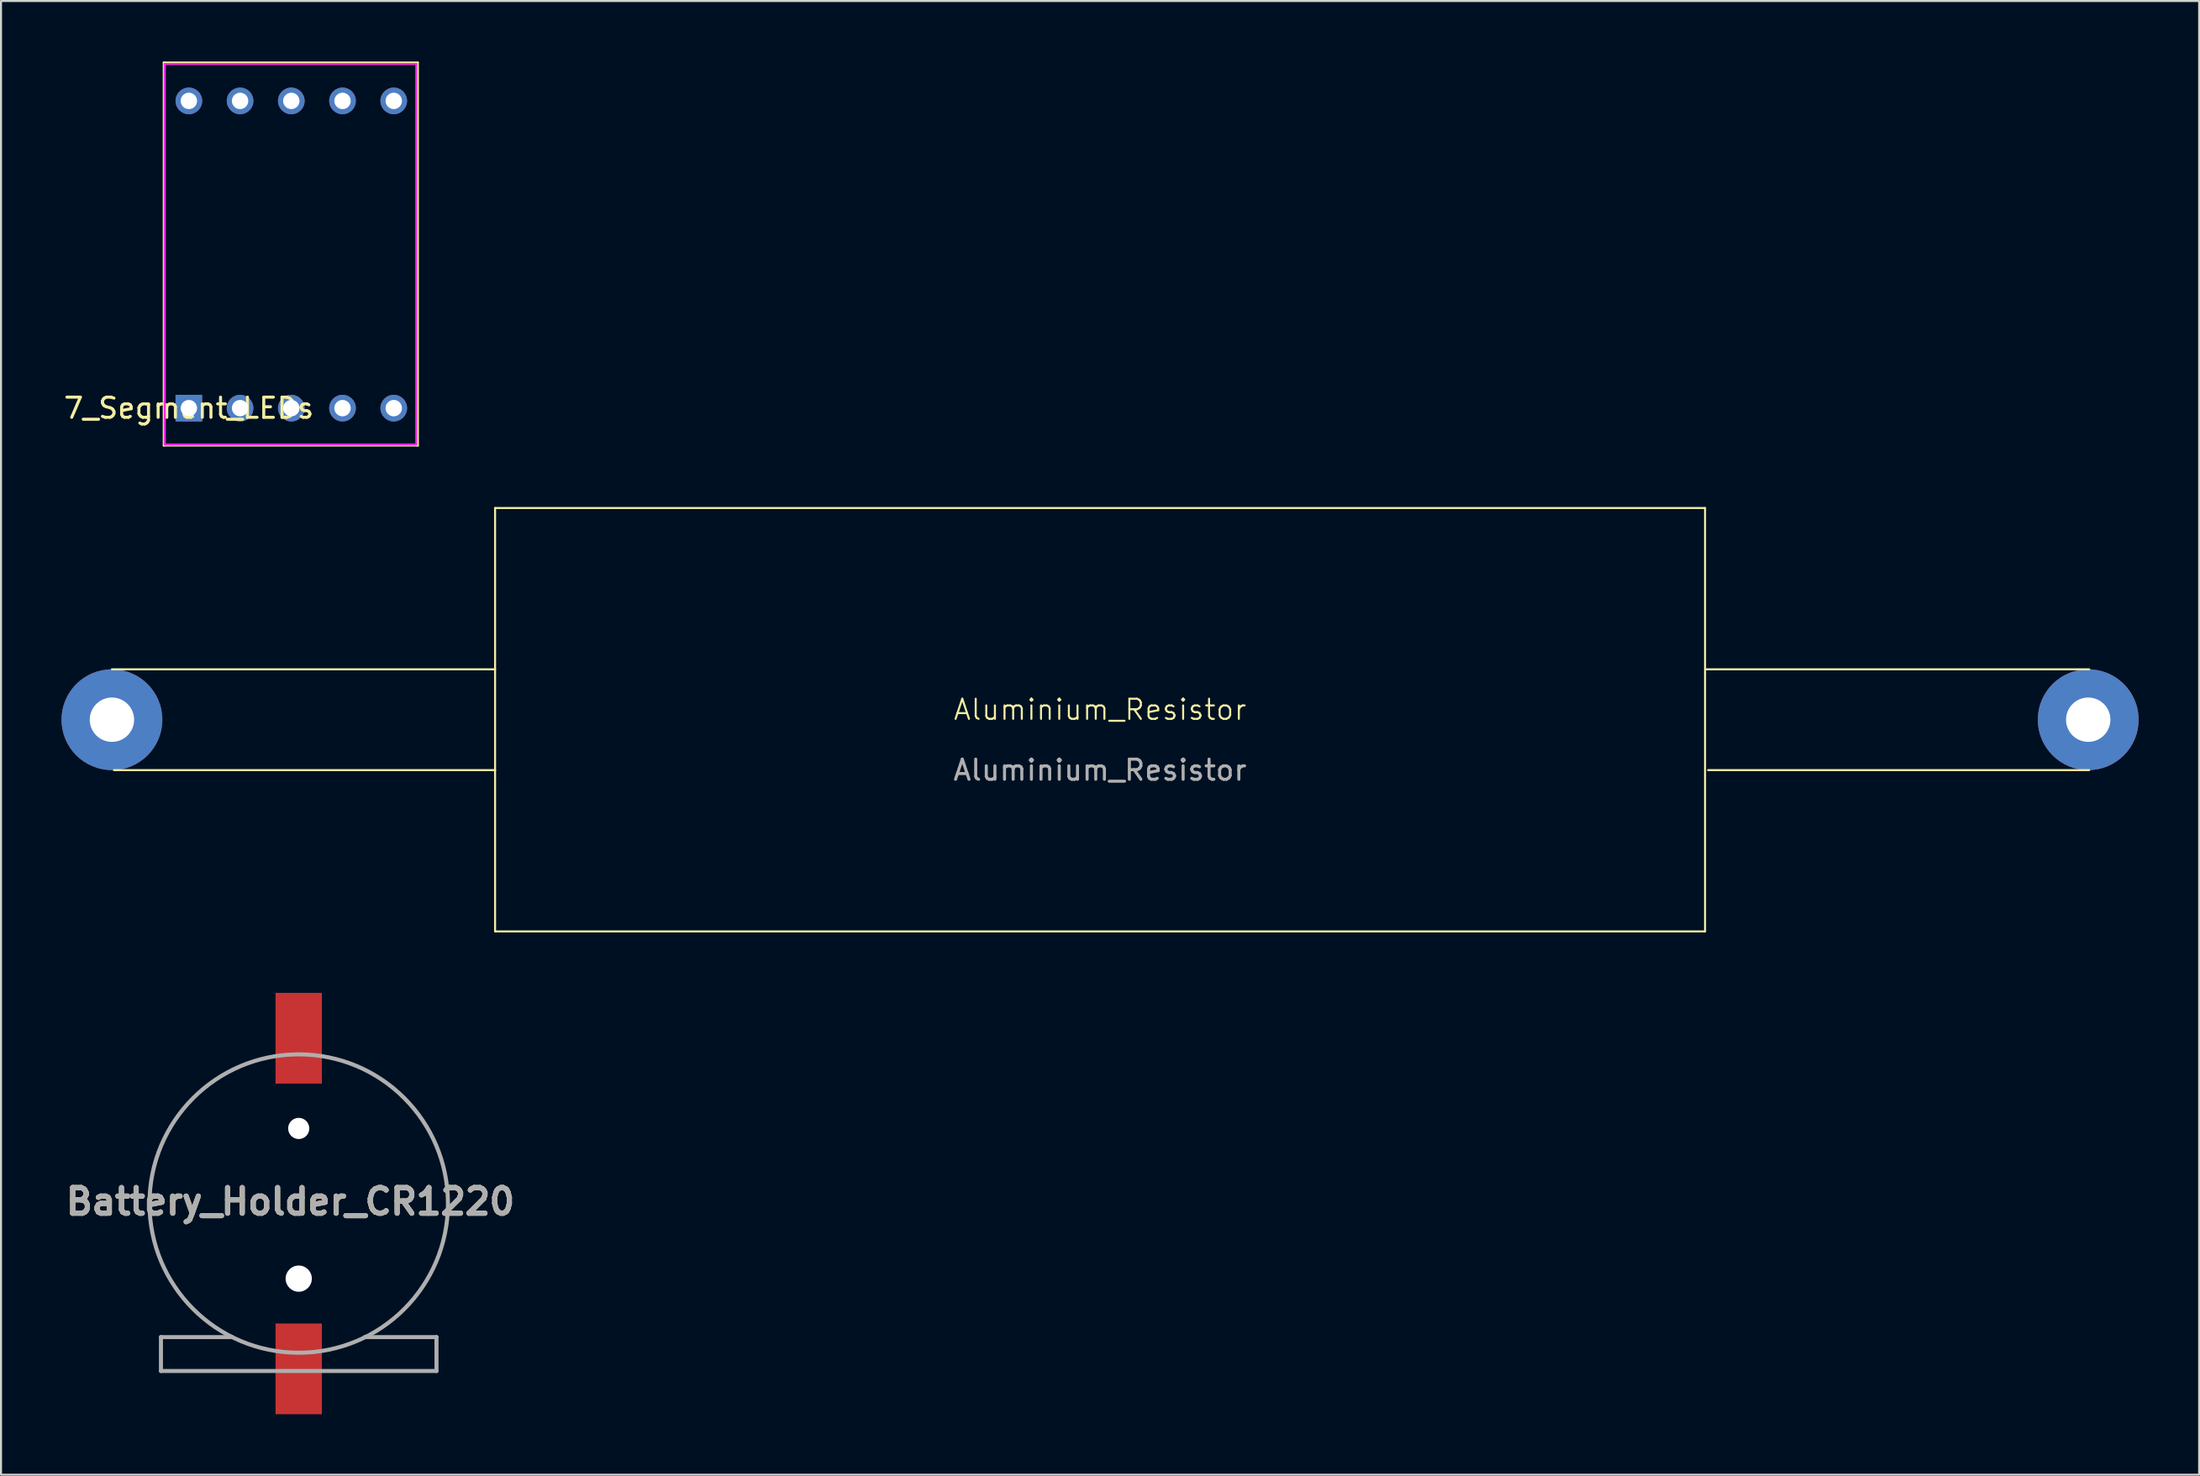
<source format=kicad_pcb>
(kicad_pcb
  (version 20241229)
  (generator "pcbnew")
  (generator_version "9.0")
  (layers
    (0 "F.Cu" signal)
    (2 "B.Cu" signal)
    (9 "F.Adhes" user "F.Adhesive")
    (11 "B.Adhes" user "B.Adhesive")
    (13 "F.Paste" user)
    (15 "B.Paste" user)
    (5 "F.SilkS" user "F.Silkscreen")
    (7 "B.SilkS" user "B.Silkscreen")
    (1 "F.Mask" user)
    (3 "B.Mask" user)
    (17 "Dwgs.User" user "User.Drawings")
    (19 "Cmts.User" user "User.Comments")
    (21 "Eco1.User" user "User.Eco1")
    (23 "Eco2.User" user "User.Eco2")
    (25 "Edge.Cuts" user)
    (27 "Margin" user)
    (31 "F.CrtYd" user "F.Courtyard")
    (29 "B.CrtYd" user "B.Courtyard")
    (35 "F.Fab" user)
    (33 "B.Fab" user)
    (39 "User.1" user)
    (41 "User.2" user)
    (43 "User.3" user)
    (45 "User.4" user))
  (footprint "Aluminium_Resistor"
    (layer "F.Cu")
    (at 51.5 32.65)
    (property "Reference" "Aluminium_Resistor" (at 0 -0.5 0) (unlocked yes) (layer "F.SilkS") (effects (font (size 1 1) (thickness 0.1))))
    (attr through_hole)
    (fp_line (start -49 -2.5) (end -30 -2.5) (stroke (width 0.1) (type default)) (layer "F.SilkS"))
    (fp_line (start -48.9 2.5) (end -30 2.5) (stroke (width 0.1) (type default)) (layer "F.SilkS"))
    (fp_line (start -30 -10.5) (end -30 10.5) (stroke (width 0.1) (type default)) (layer "F.SilkS"))
    (fp_line (start 30 -10.5) (end -30 -10.5) (stroke (width 0.1) (type default)) (layer "F.SilkS"))
    (fp_line (start 30 -10.5) (end 30 10.5) (stroke (width 0.1) (type default)) (layer "F.SilkS"))
    (fp_line (start 30 10.5) (end -30 10.5) (stroke (width 0.1) (type default)) (layer "F.SilkS"))
    (fp_line (start 30.05 -2.5) (end 49.05 -2.5) (stroke (width 0.1) (type default)) (layer "F.SilkS"))
    (fp_line (start 30.15 2.5) (end 49.05 2.5) (stroke (width 0.1) (type default)) (layer "F.SilkS"))
    (fp_text user "${REFERENCE}" (at 0 2.5 0) (unlocked yes) (layer "F.Fab") (effects (font (size 1 1) (thickness 0.15))))
    (pad "1" thru_hole circle (at -49 0) (size 5 5) (drill 2.2) (layers "*.Cu" "*.Mask"))
    (pad "2" thru_hole circle (at 49 0) (size 5 5) (drill 2.2) (layers "*.Cu" "*.Mask")))
  (footprint "7_Segment_LEDs"
    (layer "F.Cu")
    (at 6.315 17.195)
    (property "Reference" "7_Segment_LEDs" (at 0 0 0) (unlocked yes) (layer "F.SilkS") (effects (font (size 1 1) (thickness 0.15))))
    (attr through_hole)
    (fp_line (start -1.245 -17.145) (end -1.245 1.855) (stroke (width 0.1) (type default)) (layer "F.SilkS"))
    (fp_line (start -1.245 1.855) (end 11.355 1.855) (stroke (width 0.1) (type default)) (layer "F.SilkS"))
    (fp_line (start 11.354 -17.145) (end -1.245 -17.145) (stroke (width 0.1) (type default)) (layer "F.SilkS"))
    (fp_line (start 11.355 1.854) (end 11.355 -17.145) (stroke (width 0.1) (type default)) (layer "F.SilkS"))
    (fp_line (start -1.194 -17.069) (end -1.194 1.803) (stroke (width 0.1) (type default)) (layer "F.CrtYd"))
    (fp_line (start -1.194 1.803) (end 11.278 1.803) (stroke (width 0.1) (type default)) (layer "F.CrtYd"))
    (fp_line (start 11.278 -17.069) (end -1.194 -17.069) (stroke (width 0.1) (type default)) (layer "F.CrtYd"))
    (fp_line (start 11.278 1.803) (end 11.278 -17.069) (stroke (width 0.1) (type default)) (layer "F.CrtYd"))
    (pad "1" thru_hole rect (at 0 0) (size 1.321 1.321) (drill 0.813) (layers "*.Cu" "*.Mask"))
    (pad "2" thru_hole circle (at 2.54 0) (size 1.321 1.321) (drill 0.813) (layers "*.Cu" "*.Mask"))
    (pad "3" thru_hole circle (at 5.08 0) (size 1.321 1.321) (drill 0.813) (layers "*.Cu" "*.Mask"))
    (pad "4" thru_hole circle (at 7.62 0) (size 1.321 1.321) (drill 0.813) (layers "*.Cu" "*.Mask"))
    (pad "5" thru_hole circle (at 10.16 0) (size 1.321 1.321) (drill 0.813) (layers "*.Cu" "*.Mask"))
    (pad "6" thru_hole circle (at 10.16 -15.24 90) (size 1.321 1.321) (drill 0.813) (layers "*.Cu" "*.Mask"))
    (pad "7" thru_hole circle (at 7.62 -15.24 90) (size 1.321 1.321) (drill 0.813) (layers "*.Cu" "*.Mask"))
    (pad "8" thru_hole circle (at 5.08 -15.24 90) (size 1.321 1.321) (drill 0.813) (layers "*.Cu" "*.Mask"))
    (pad "9" thru_hole circle (at 2.54 -15.24 90) (size 1.321 1.321) (drill 0.813) (layers "*.Cu" "*.Mask"))
    (pad "10" thru_hole circle (at 0 -15.24 90) (size 1.321 1.321) (drill 0.813) (layers "*.Cu" "*.Mask")))
  (footprint "Battery_Holder_CR1220"
    (layer "F.Cu")
    (at 11.763 56.65)
    (property "Reference" "Battery_Holder_CR1220" (at -0.412 -0.096 0) (layer "F.SilkS") (effects (font (size 1.27 1.27) (thickness 0.254))))
    (attr through_hole)
    (fp_line (start -6.832 6.625) (end -3.27 6.625) (stroke (width 0.1) (type solid)) (layer "F.SilkS"))
    (fp_line (start -6.832 8.307) (end -6.832 6.625) (stroke (width 0.1) (type solid)) (layer "F.SilkS"))
    (fp_line (start -6.832 8.307) (end -1.553 8.307) (stroke (width 0.1) (type solid)) (layer "F.SilkS"))
    (fp_line (start 6.832 6.625) (end 3.296 6.625) (stroke (width 0.1) (type solid)) (layer "F.SilkS"))
    (fp_line (start 6.832 8.307) (end 1.49 8.307) (stroke (width 0.1) (type solid)) (layer "F.SilkS"))
    (fp_line (start 6.832 8.307) (end 6.832 6.625) (stroke (width 0.1) (type solid)) (layer "F.SilkS"))
    (fp_arc (start -3.295295 6.625783) (mid -7.399998 0.000879) (end -3.29687 -6.625) (stroke (width 0.1) (type solid)) (layer "F.SilkS"))
    (fp_arc (start 3.295287 -6.625787) (mid 7.399995 -0.000884) (end 3.29687 6.625) (stroke (width 0.1) (type solid)) (layer "F.SilkS"))
    (fp_line (start -6.832 6.625) (end -6.832 8.307) (stroke (width 0.2) (type solid)) (layer "F.Fab"))
    (fp_line (start -6.832 8.307) (end 6.832 8.307) (stroke (width 0.2) (type solid)) (layer "F.Fab"))
    (fp_line (start -3.297 6.625) (end -6.832 6.625) (stroke (width 0.2) (type solid)) (layer "F.Fab"))
    (fp_line (start 6.832 6.625) (end 3.27 6.625) (stroke (width 0.2) (type solid)) (layer "F.Fab"))
    (fp_line (start 6.832 8.307) (end 6.832 6.625) (stroke (width 0.2) (type solid)) (layer "F.Fab"))
    (fp_circle (center 0 0) (end 0 7.4) (stroke (width 0.2) (type solid)) (fill no) (layer "F.Fab"))
    (fp_text user "${REFERENCE}" (at -0.412 -0.096 0) (layer "F.Fab") (effects (font (size 1.27 1.27) (thickness 0.254))))
    (pad "" np_thru_hole circle (at 0 -3.725) (size 1.05 1.05) (drill 1.05) (layers "*.Cu" "*.Mask"))
    (pad "" np_thru_hole circle (at 0 3.725) (size 1.3 1.3) (drill 1.3) (layers "*.Cu" "*.Mask"))
    (pad "1" smd rect (at 0 8.2) (size 2.3 4.5) (layers "F.Cu" "F.Mask" "F.Paste"))
    (pad "2" smd rect (at 0 -8.2) (size 2.3 4.5) (layers "F.Cu" "F.Mask" "F.Paste")))
  (gr_rect
    (start -3 -3)
    (end 106 70.1)
    (stroke (width 0.1) (type default))
    (fill no)
    (layer "Edge.Cuts")))
</source>
